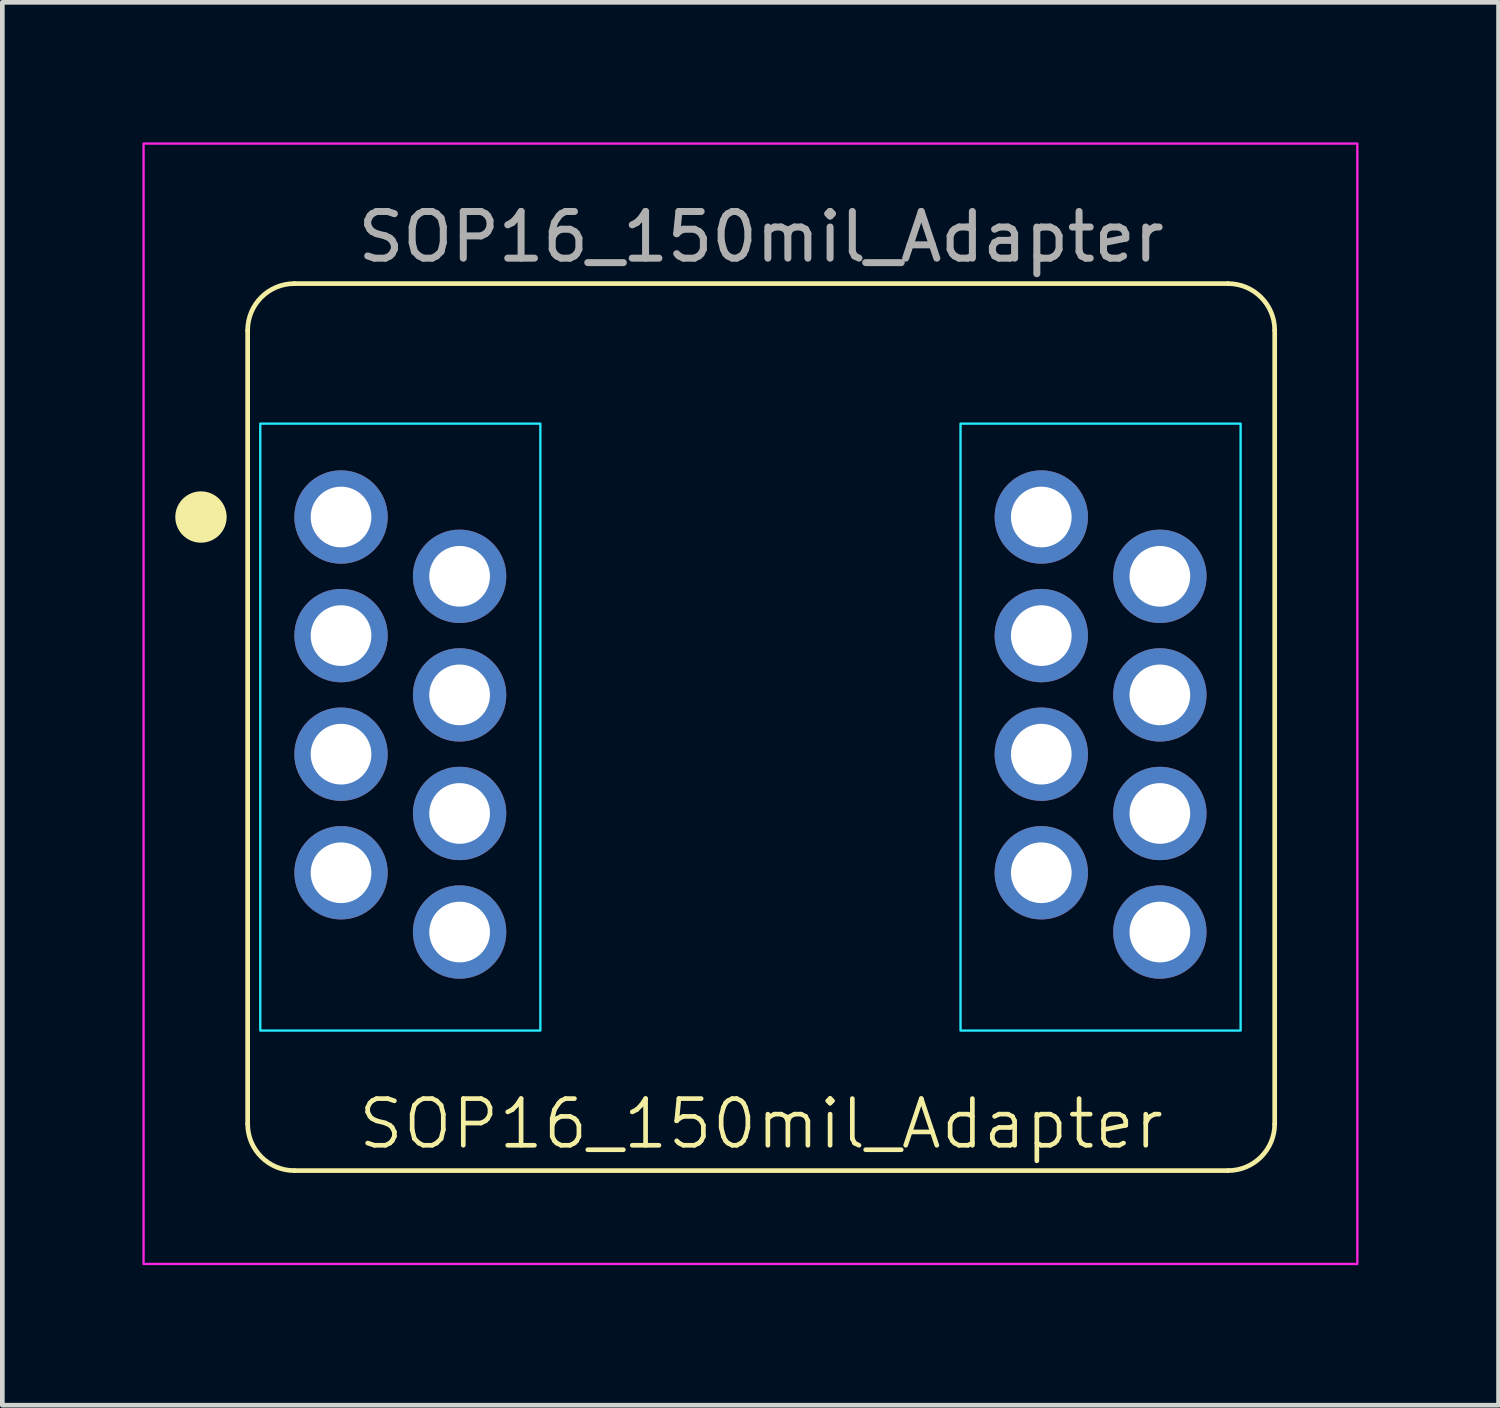
<source format=kicad_pcb>
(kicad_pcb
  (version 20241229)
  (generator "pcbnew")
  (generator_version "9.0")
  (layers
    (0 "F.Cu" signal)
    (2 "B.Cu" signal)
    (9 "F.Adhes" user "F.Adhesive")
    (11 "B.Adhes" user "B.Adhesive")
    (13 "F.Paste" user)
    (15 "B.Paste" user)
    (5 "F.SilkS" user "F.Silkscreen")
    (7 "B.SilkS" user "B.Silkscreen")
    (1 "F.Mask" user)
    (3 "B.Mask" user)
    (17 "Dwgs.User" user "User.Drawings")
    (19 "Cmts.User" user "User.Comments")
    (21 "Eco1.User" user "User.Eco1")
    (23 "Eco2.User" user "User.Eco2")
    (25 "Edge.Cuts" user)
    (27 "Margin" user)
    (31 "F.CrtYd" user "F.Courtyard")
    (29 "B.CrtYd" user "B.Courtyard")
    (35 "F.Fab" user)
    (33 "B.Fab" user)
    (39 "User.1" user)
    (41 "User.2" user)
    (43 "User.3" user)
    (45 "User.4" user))
  (footprint "SOP16_150mil_Adapter"
    (layer "F.Cu")
    (at 13.025 12.025)
    (property "Reference" "SOP16_150mil_Adapter" (at 0.23 9 0) (unlocked yes) (layer "F.SilkS") (effects (font (size 1 1) (thickness 0.1))))
    (attr through_hole)
    (fp_line (start -10.77 -8) (end -10.77 9) (stroke (width 0.1) (type default)) (layer "F.SilkS"))
    (fp_line (start -9.77 10) (end 10.23 10) (stroke (width 0.1) (type default)) (layer "F.SilkS"))
    (fp_line (start 10.23 -9) (end -9.77 -9) (stroke (width 0.1) (type default)) (layer "F.SilkS"))
    (fp_line (start 11.23 9) (end 11.23 -8) (stroke (width 0.1) (type default)) (layer "F.SilkS"))
    (fp_arc (start -10.77 -8) (mid -10.477107 -8.707107) (end -9.77 -9) (stroke (width 0.1) (type default)) (layer "F.SilkS"))
    (fp_arc (start -9.77 10) (mid -10.477107 9.707107) (end -10.77 9) (stroke (width 0.1) (type default)) (layer "F.SilkS"))
    (fp_arc (start 10.23 -9) (mid 10.937107 -8.707107) (end 11.23 -8) (stroke (width 0.1) (type default)) (layer "F.SilkS"))
    (fp_arc (start 11.23 9) (mid 10.937107 9.707107) (end 10.23 10) (stroke (width 0.1) (type default)) (layer "F.SilkS"))
    (fp_circle (center -11.77 -4) (end -12.27 -4) (stroke (width 0.1) (type solid)) (fill yes) (layer "F.SilkS"))
    (fp_rect (start -10.5 -6) (end -4.5 7) (stroke (width 0.05) (type solid)) (fill no) (layer "B.CrtYd"))
    (fp_rect (start 4.5 -6) (end 10.5 7) (stroke (width 0.05) (type solid)) (fill no) (layer "B.CrtYd"))
    (fp_rect (start -13 -12) (end 13 12) (stroke (width 0.05) (type solid)) (fill no) (layer "F.CrtYd"))
    (fp_text user "${REFERENCE}" (at 0.23 -10 0) (unlocked yes) (layer "F.Fab") (effects (font (size 1 1) (thickness 0.15))))
    (pad "1" thru_hole circle (at -8.77 -4) (size 2 2) (drill 1.3) (layers "*.Cu" "*.Mask"))
    (pad "2" thru_hole circle (at -6.23 -2.73) (size 2 2) (drill 1.3) (layers "*.Cu" "*.Mask"))
    (pad "3" thru_hole circle (at -8.77 -1.46) (size 2 2) (drill 1.3) (layers "*.Cu" "*.Mask"))
    (pad "4" thru_hole circle (at -6.23 -0.19) (size 2 2) (drill 1.3) (layers "*.Cu" "*.Mask"))
    (pad "5" thru_hole circle (at -8.77 1.08) (size 2 2) (drill 1.3) (layers "*.Cu" "*.Mask"))
    (pad "6" thru_hole circle (at -6.23 2.35) (size 2 2) (drill 1.3) (layers "*.Cu" "*.Mask"))
    (pad "7" thru_hole circle (at -8.77 3.62) (size 2 2) (drill 1.3) (layers "*.Cu" "*.Mask"))
    (pad "8" thru_hole circle (at -6.23 4.89) (size 2 2) (drill 1.3) (layers "*.Cu" "*.Mask"))
    (pad "9" thru_hole circle (at 8.77 4.89) (size 2 2) (drill 1.3) (layers "*.Cu" "*.Mask"))
    (pad "10" thru_hole circle (at 6.23 3.62) (size 2 2) (drill 1.3) (layers "*.Cu" "*.Mask"))
    (pad "11" thru_hole circle (at 8.77 2.35) (size 2 2) (drill 1.3) (layers "*.Cu" "*.Mask"))
    (pad "12" thru_hole circle (at 6.23 1.08) (size 2 2) (drill 1.3) (layers "*.Cu" "*.Mask"))
    (pad "13" thru_hole circle (at 8.77 -0.19) (size 2 2) (drill 1.3) (layers "*.Cu" "*.Mask"))
    (pad "14" thru_hole circle (at 6.23 -1.46) (size 2 2) (drill 1.3) (layers "*.Cu" "*.Mask"))
    (pad "15" thru_hole circle (at 8.77 -2.73) (size 2 2) (drill 1.3) (layers "*.Cu" "*.Mask"))
    (pad "16" thru_hole circle (at 6.23 -4) (size 2 2) (drill 1.3) (layers "*.Cu" "*.Mask")))
  (gr_rect
    (start -3 -3)
    (end 29.05 27.05)
    (stroke (width 0.1) (type default))
    (fill no)
    (layer "Edge.Cuts")))
</source>
